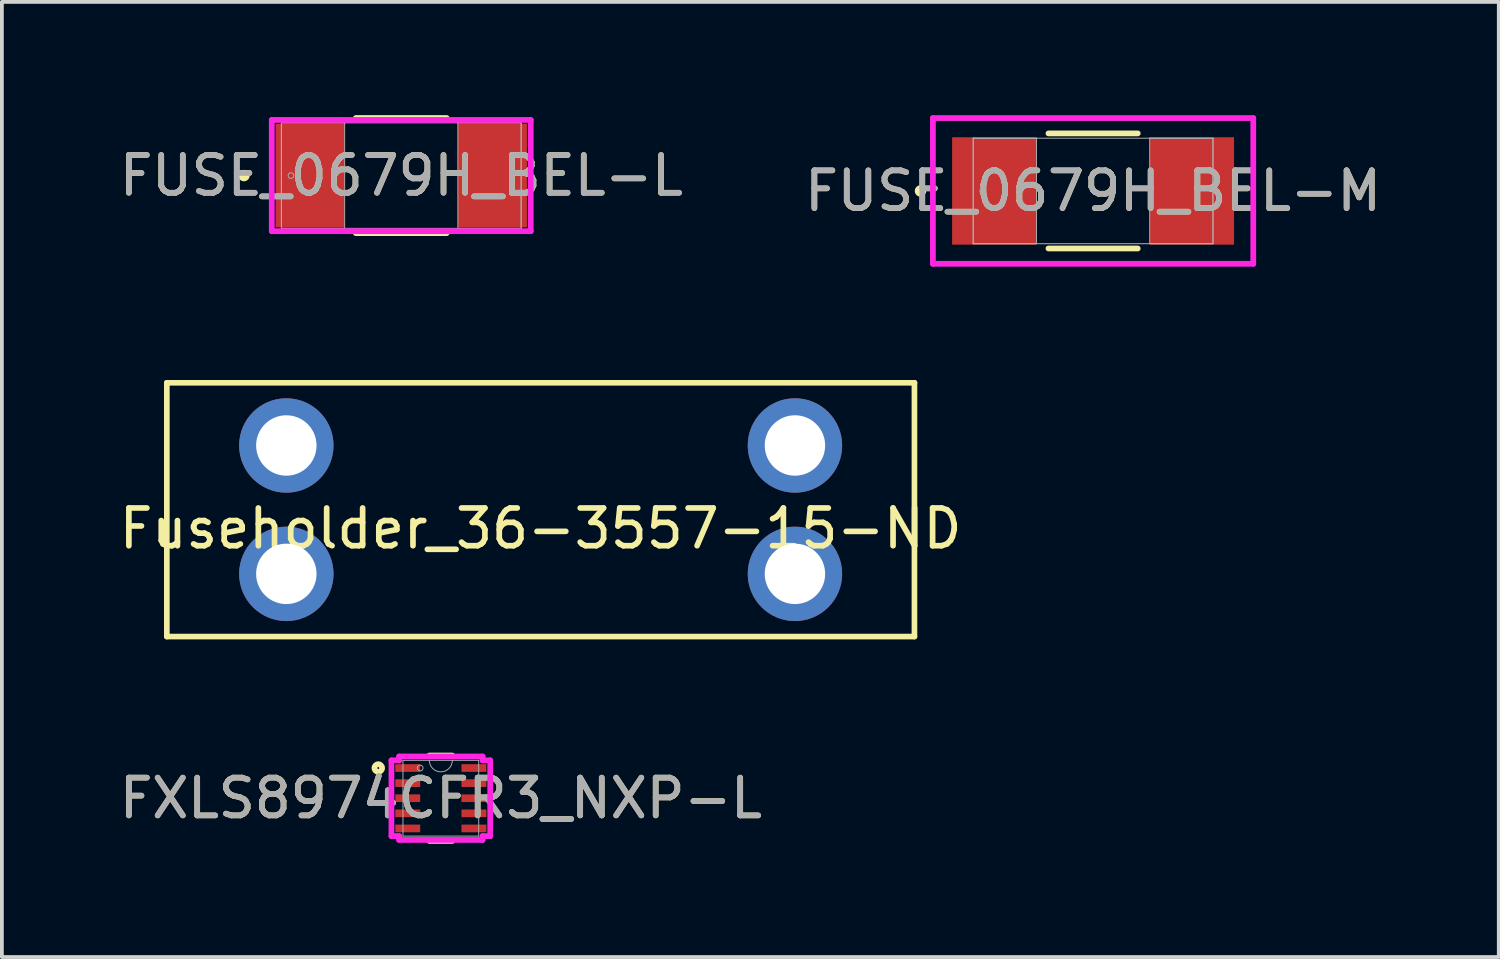
<source format=kicad_pcb>
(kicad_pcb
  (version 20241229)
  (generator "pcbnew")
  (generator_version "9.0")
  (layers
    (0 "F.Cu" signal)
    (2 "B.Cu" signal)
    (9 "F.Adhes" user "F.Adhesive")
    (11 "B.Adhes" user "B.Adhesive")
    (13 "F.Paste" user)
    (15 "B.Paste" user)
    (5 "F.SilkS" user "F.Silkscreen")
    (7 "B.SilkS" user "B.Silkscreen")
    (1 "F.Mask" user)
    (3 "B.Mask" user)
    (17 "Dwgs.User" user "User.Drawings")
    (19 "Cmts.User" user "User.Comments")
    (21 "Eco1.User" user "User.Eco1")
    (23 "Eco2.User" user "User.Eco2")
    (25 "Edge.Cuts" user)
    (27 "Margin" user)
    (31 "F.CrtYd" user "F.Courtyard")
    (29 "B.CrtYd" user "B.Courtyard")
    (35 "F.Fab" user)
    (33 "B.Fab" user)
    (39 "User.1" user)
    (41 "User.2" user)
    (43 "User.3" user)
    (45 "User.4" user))
  (footprint "FXLS8974CFR3_NXP-L"
    (layer "F.Cu")
    (at 8.625 18.09)
    (property "Reference" "FXLS8974CFR3_NXP-L" (at 0 0 0) (unlocked yes) (layer "F.SilkS") (effects (font (size 1 1) (thickness 0.15))))
    (attr smd)
    (fp_line (start -0.304 1.13) (end 0.304 1.13) (stroke (width 0.152) (type solid)) (layer "F.SilkS"))
    (fp_line (start 0.304 -1.13) (end -0.304 -1.13) (stroke (width 0.152) (type solid)) (layer "F.SilkS"))
    (fp_circle (center -1.657 -0.8) (end -1.556 -0.8) (stroke (width 0.152) (type solid)) (fill no) (layer "F.SilkS"))
    (fp_line (start -1.308 -1.003) (end -1.105 -1.003) (stroke (width 0.152) (type solid)) (layer "F.CrtYd"))
    (fp_line (start -1.308 1.003) (end -1.308 -1.003) (stroke (width 0.152) (type solid)) (layer "F.CrtYd"))
    (fp_line (start -1.308 1.003) (end -1.105 1.003) (stroke (width 0.152) (type solid)) (layer "F.CrtYd"))
    (fp_line (start -1.105 -1.105) (end 1.105 -1.105) (stroke (width 0.152) (type solid)) (layer "F.CrtYd"))
    (fp_line (start -1.105 -1.003) (end -1.105 -1.105) (stroke (width 0.152) (type solid)) (layer "F.CrtYd"))
    (fp_line (start -1.105 1.105) (end -1.105 1.003) (stroke (width 0.152) (type solid)) (layer "F.CrtYd"))
    (fp_line (start 1.105 -1.105) (end 1.105 -1.003) (stroke (width 0.152) (type solid)) (layer "F.CrtYd"))
    (fp_line (start 1.105 1.003) (end 1.105 1.105) (stroke (width 0.152) (type solid)) (layer "F.CrtYd"))
    (fp_line (start 1.105 1.105) (end -1.105 1.105) (stroke (width 0.152) (type solid)) (layer "F.CrtYd"))
    (fp_line (start 1.308 -1.003) (end 1.105 -1.003) (stroke (width 0.152) (type solid)) (layer "F.CrtYd"))
    (fp_line (start 1.308 -1.003) (end 1.308 1.003) (stroke (width 0.152) (type solid)) (layer "F.CrtYd"))
    (fp_line (start 1.308 1.003) (end 1.105 1.003) (stroke (width 0.152) (type solid)) (layer "F.CrtYd"))
    (fp_line (start -1.003 -1.003) (end -1.003 1.003) (stroke (width 0.025) (type solid)) (layer "F.Fab"))
    (fp_line (start -1.003 1.003) (end 1.003 1.003) (stroke (width 0.025) (type solid)) (layer "F.Fab"))
    (fp_line (start 1.003 -1.003) (end -1.003 -1.003) (stroke (width 0.025) (type solid)) (layer "F.Fab"))
    (fp_line (start 1.003 1.003) (end 1.003 -1.003) (stroke (width 0.025) (type solid)) (layer "F.Fab"))
    (fp_arc (start 0.3048 -1.0033) (mid 0 -0.6985) (end -0.3048 -1.0033) (stroke (width 0.0254) (type solid)) (layer "F.Fab"))
    (fp_circle (center -0.546 -0.8) (end -0.47 -0.8) (stroke (width 0.025) (type solid)) (fill no) (layer "F.Fab"))
    (fp_text user "${REFERENCE}" (at 0 0 0) (unlocked yes) (layer "F.Fab") (effects (font (size 1 1) (thickness 0.15))))
    (pad "1" smd rect (at -0.876 -0.8) (size 0.66 0.203) (layers "F.Cu" "F.Mask" "F.Paste"))
    (pad "2" smd rect (at -0.876 -0.4) (size 0.66 0.203) (layers "F.Cu" "F.Mask" "F.Paste"))
    (pad "3" smd rect (at -0.876 0) (size 0.66 0.203) (layers "F.Cu" "F.Mask" "F.Paste"))
    (pad "4" smd rect (at -0.876 0.4) (size 0.66 0.203) (layers "F.Cu" "F.Mask" "F.Paste"))
    (pad "5" smd rect (at -0.876 0.8) (size 0.66 0.203) (layers "F.Cu" "F.Mask" "F.Paste"))
    (pad "6" smd rect (at 0.876 0.8) (size 0.66 0.203) (layers "F.Cu" "F.Mask" "F.Paste"))
    (pad "7" smd rect (at 0.876 0.4) (size 0.66 0.203) (layers "F.Cu" "F.Mask" "F.Paste"))
    (pad "8" smd rect (at 0.876 0) (size 0.66 0.203) (layers "F.Cu" "F.Mask" "F.Paste"))
    (pad "9" smd rect (at 0.876 -0.4) (size 0.66 0.203) (layers "F.Cu" "F.Mask" "F.Paste"))
    (pad "10" smd rect (at 0.876 -0.8) (size 0.66 0.203) (layers "F.Cu" "F.Mask" "F.Paste")))
  (footprint "FUSE_0679H_BEL-M"
    (layer "F.Cu")
    (at 25.899 2.007)
    (property "Reference" "FUSE_0679H_BEL-M" (at 0 0 0) (unlocked yes) (layer "F.SilkS") (effects (font (size 1 1) (thickness 0.15))))
    (attr smd)
    (fp_line (start -1.182 1.524) (end 1.182 1.524) (stroke (width 0.152) (type solid)) (layer "F.SilkS"))
    (fp_line (start 1.182 -1.524) (end -1.182 -1.524) (stroke (width 0.152) (type solid)) (layer "F.SilkS"))
    (fp_circle (center -4.572 0) (end -4.496 0) (stroke (width 0.152) (type solid)) (fill no) (layer "F.SilkS"))
    (fp_line (start -4.242 -1.93) (end 4.242 -1.93) (stroke (width 0.152) (type solid)) (layer "F.CrtYd"))
    (fp_line (start -4.242 1.93) (end -4.242 -1.93) (stroke (width 0.152) (type solid)) (layer "F.CrtYd"))
    (fp_line (start 4.242 -1.93) (end 4.242 1.93) (stroke (width 0.152) (type solid)) (layer "F.CrtYd"))
    (fp_line (start 4.242 1.93) (end -4.242 1.93) (stroke (width 0.152) (type solid)) (layer "F.CrtYd"))
    (fp_line (start -3.175 -1.397) (end -3.175 1.397) (stroke (width 0.025) (type solid)) (layer "F.Fab"))
    (fp_line (start -3.175 -1.397) (end -3.175 1.397) (stroke (width 0.025) (type solid)) (layer "F.Fab"))
    (fp_line (start -3.175 1.397) (end -1.499 1.397) (stroke (width 0.025) (type solid)) (layer "F.Fab"))
    (fp_line (start -3.175 1.397) (end 3.175 1.397) (stroke (width 0.025) (type solid)) (layer "F.Fab"))
    (fp_line (start -1.499 -1.397) (end -3.175 -1.397) (stroke (width 0.025) (type solid)) (layer "F.Fab"))
    (fp_line (start -1.499 1.397) (end -1.499 -1.397) (stroke (width 0.025) (type solid)) (layer "F.Fab"))
    (fp_line (start 1.499 -1.397) (end 1.499 1.397) (stroke (width 0.025) (type solid)) (layer "F.Fab"))
    (fp_line (start 1.499 1.397) (end 3.175 1.397) (stroke (width 0.025) (type solid)) (layer "F.Fab"))
    (fp_line (start 3.175 -1.397) (end -3.175 -1.397) (stroke (width 0.025) (type solid)) (layer "F.Fab"))
    (fp_line (start 3.175 -1.397) (end 1.499 -1.397) (stroke (width 0.025) (type solid)) (layer "F.Fab"))
    (fp_line (start 3.175 1.397) (end 3.175 -1.397) (stroke (width 0.025) (type solid)) (layer "F.Fab"))
    (fp_line (start 3.175 1.397) (end 3.175 -1.397) (stroke (width 0.025) (type solid)) (layer "F.Fab"))
    (fp_circle (center -2.921 0) (end -2.845 0) (stroke (width 0.025) (type solid)) (fill no) (layer "F.Fab"))
    (fp_text user "${REFERENCE}" (at 0 0 0) (unlocked yes) (layer "F.Fab") (effects (font (size 1 1) (thickness 0.15))))
    (pad "1" smd rect (at -2.616 0) (size 2.235 2.845) (layers "F.Cu" "F.Mask" "F.Paste"))
    (pad "2" smd rect (at 2.616 0) (size 2.235 2.845) (layers "F.Cu" "F.Mask" "F.Paste"))
    (zone (net_name "") (layer "F.Cu") (hatch full 0.508) (connect_pads) (min_thickness 0.254) (filled_areas_thickness no) (keepout (tracks not_allowed) (vias not_allowed) (pads allowed) (copperpour not_allowed) (footprints allowed)) (placement (enabled no)) (fill) (polygon (pts (xy 24.451 0.66) (xy 27.347 0.66) (xy 27.347 3.353) (xy 24.451 3.353)))))
  (footprint "FUSE_0679H_BEL-L"
    (layer "F.Cu")
    (at 7.577 1.6)
    (property "Reference" "FUSE_0679H_BEL-L" (at 0 0 0) (unlocked yes) (layer "F.SilkS") (effects (font (size 1 1) (thickness 0.15))))
    (attr smd)
    (fp_line (start -1.203 1.524) (end 1.203 1.524) (stroke (width 0.152) (type solid)) (layer "F.SilkS"))
    (fp_line (start 1.203 -1.524) (end -1.203 -1.524) (stroke (width 0.152) (type solid)) (layer "F.SilkS"))
    (fp_circle (center -4.166 0) (end -4.089 0) (stroke (width 0.152) (type solid)) (fill no) (layer "F.SilkS"))
    (fp_line (start -3.429 -1.473) (end 3.429 -1.473) (stroke (width 0.152) (type solid)) (layer "F.CrtYd"))
    (fp_line (start -3.429 1.473) (end -3.429 -1.473) (stroke (width 0.152) (type solid)) (layer "F.CrtYd"))
    (fp_line (start 3.429 -1.473) (end 3.429 1.473) (stroke (width 0.152) (type solid)) (layer "F.CrtYd"))
    (fp_line (start 3.429 1.473) (end -3.429 1.473) (stroke (width 0.152) (type solid)) (layer "F.CrtYd"))
    (fp_line (start -3.175 -1.397) (end -3.175 1.397) (stroke (width 0.025) (type solid)) (layer "F.Fab"))
    (fp_line (start -3.175 -1.397) (end -3.175 1.397) (stroke (width 0.025) (type solid)) (layer "F.Fab"))
    (fp_line (start -3.175 1.397) (end -1.499 1.397) (stroke (width 0.025) (type solid)) (layer "F.Fab"))
    (fp_line (start -3.175 1.397) (end 3.175 1.397) (stroke (width 0.025) (type solid)) (layer "F.Fab"))
    (fp_line (start -1.499 -1.397) (end -3.175 -1.397) (stroke (width 0.025) (type solid)) (layer "F.Fab"))
    (fp_line (start -1.499 1.397) (end -1.499 -1.397) (stroke (width 0.025) (type solid)) (layer "F.Fab"))
    (fp_line (start 1.499 -1.397) (end 1.499 1.397) (stroke (width 0.025) (type solid)) (layer "F.Fab"))
    (fp_line (start 1.499 1.397) (end 3.175 1.397) (stroke (width 0.025) (type solid)) (layer "F.Fab"))
    (fp_line (start 3.175 -1.397) (end -3.175 -1.397) (stroke (width 0.025) (type solid)) (layer "F.Fab"))
    (fp_line (start 3.175 -1.397) (end 1.499 -1.397) (stroke (width 0.025) (type solid)) (layer "F.Fab"))
    (fp_line (start 3.175 1.397) (end 3.175 -1.397) (stroke (width 0.025) (type solid)) (layer "F.Fab"))
    (fp_line (start 3.175 1.397) (end 3.175 -1.397) (stroke (width 0.025) (type solid)) (layer "F.Fab"))
    (fp_circle (center -2.921 0) (end -2.845 0) (stroke (width 0.025) (type solid)) (fill no) (layer "F.Fab"))
    (fp_text user "${REFERENCE}" (at 0 0 0) (unlocked yes) (layer "F.Fab") (effects (font (size 1 1) (thickness 0.15))))
    (pad "1" smd rect (at -2.413 0) (size 1.829 2.743) (layers "F.Cu" "F.Mask" "F.Paste"))
    (pad "2" smd rect (at 2.413 0) (size 1.829 2.743) (layers "F.Cu" "F.Mask" "F.Paste"))
    (zone (net_name "") (layer "F.Cu") (hatch full 0.508) (connect_pads) (min_thickness 0.254) (filled_areas_thickness no) (keepout (tracks not_allowed) (vias not_allowed) (pads allowed) (copperpour not_allowed) (footprints allowed)) (placement (enabled no)) (fill) (polygon (pts (xy 6.13 0.254) (xy 9.025 0.254) (xy 9.025 2.946) (xy 6.13 2.946)))))
  (footprint "Fuseholder_36-3557-15-ND"
    (layer "F.Cu")
    (at 11.268 10.448)
    (property "Reference" "Fuseholder_36-3557-15-ND" (at 0 0.5 0) (layer "F.SilkS") (effects (font (size 1 1) (thickness 0.15))))
    (attr through_hole)
    (fp_line (start -9.9 -3.36) (end 9.9 -3.36) (stroke (width 0.15) (type solid)) (layer "F.SilkS"))
    (fp_line (start -9.9 3.36) (end -9.9 -3.36) (stroke (width 0.15) (type solid)) (layer "F.SilkS"))
    (fp_line (start 9.9 -3.36) (end 9.9 3.36) (stroke (width 0.15) (type solid)) (layer "F.SilkS"))
    (fp_line (start 9.9 3.36) (end -9.9 3.36) (stroke (width 0.15) (type solid)) (layer "F.SilkS"))
    (pad "1" thru_hole circle (at 6.735 -1.7) (size 2.5 2.5) (drill 1.6) (layers "*.Cu" "*.Mask"))
    (pad "1" thru_hole circle (at 6.735 1.7) (size 2.5 2.5) (drill 1.6) (layers "*.Cu" "*.Mask"))
    (pad "2" thru_hole circle (at -6.735 -1.7) (size 2.5 2.5) (drill 1.6) (layers "*.Cu" "*.Mask"))
    (pad "2" thru_hole circle (at -6.735 1.7) (size 2.5 2.5) (drill 1.6) (layers "*.Cu" "*.Mask")))
  (gr_rect
    (start -3 -3)
    (end 36.643 22.296)
    (stroke (width 0.1) (type default))
    (fill no)
    (layer "Edge.Cuts")))
</source>
